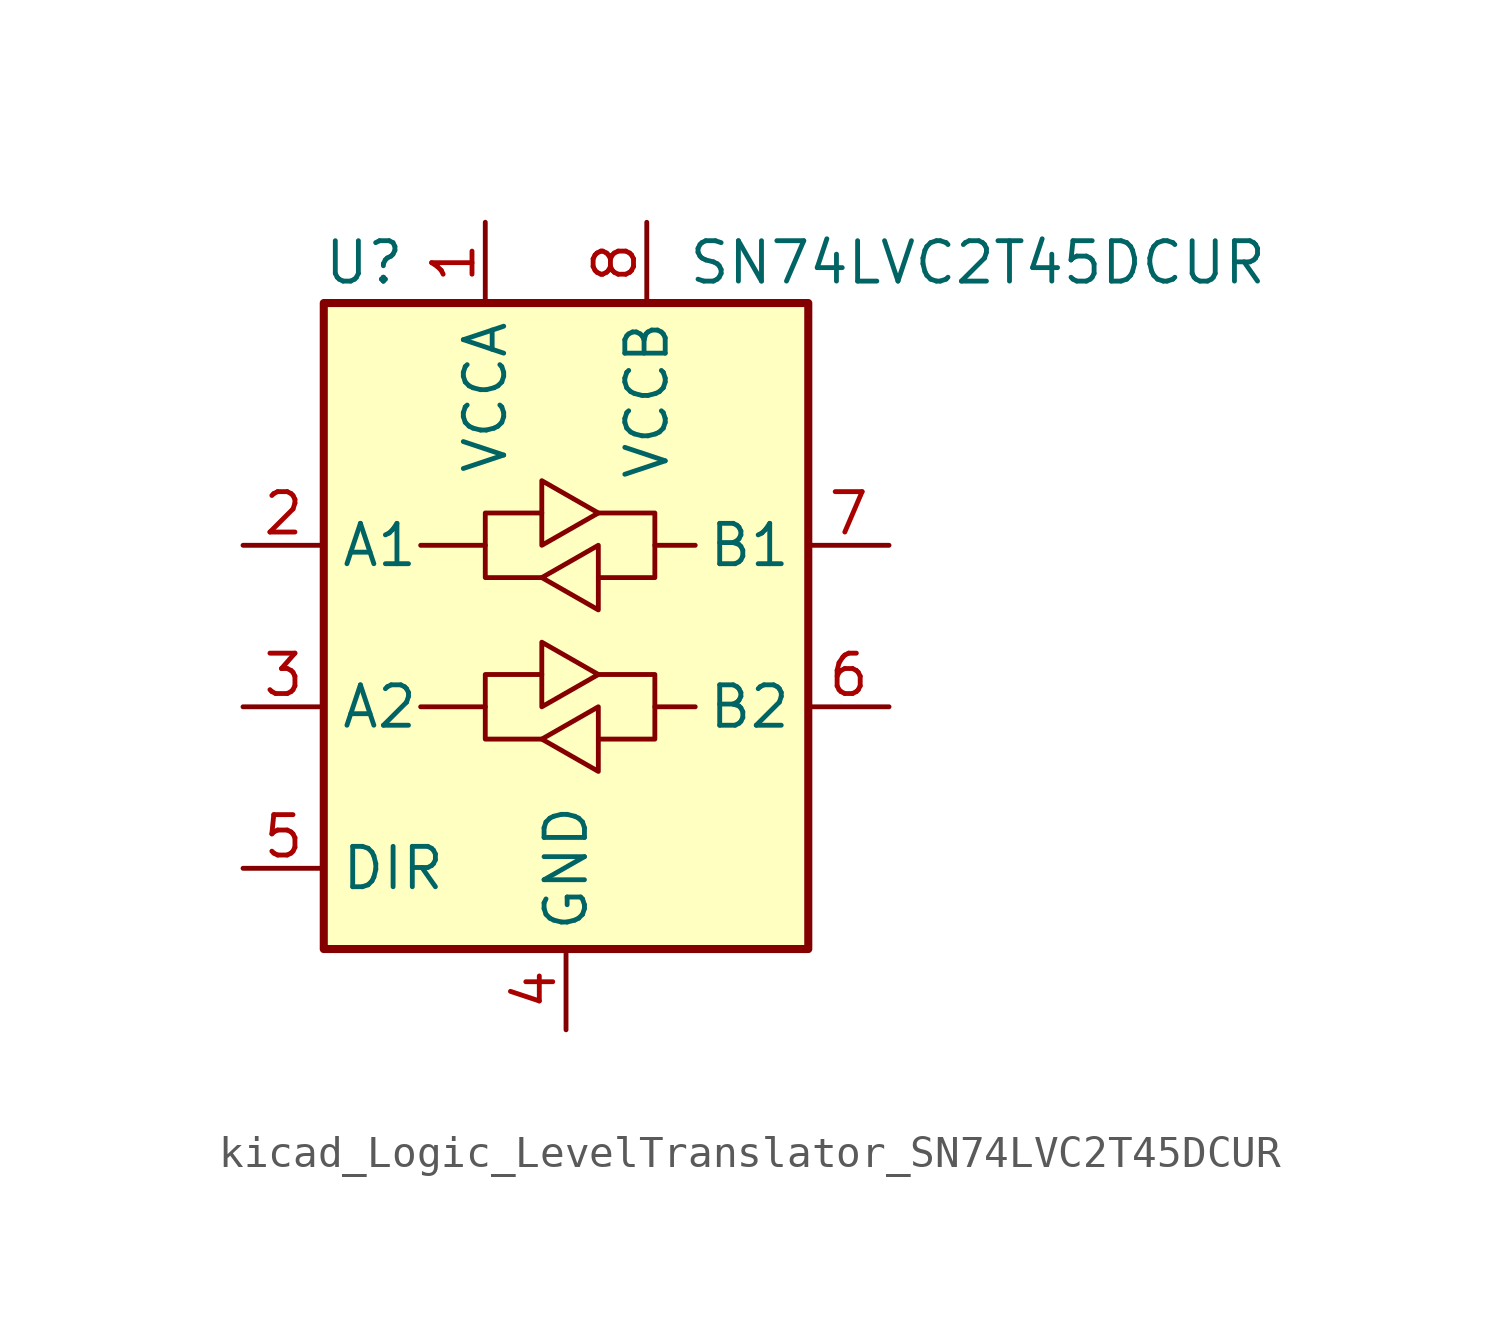
<source format=kicad_sym>
(kicad_symbol_lib
  (version 20220914)
  (generator kicad_symbol_editor)
  (symbol "kicad_Logic_LevelTranslator_SN74LVC2T45DCUR"
    (property "Reference" "U"
      (at -6.35 11.43 0)
      (effects (font (size 1.27 1.27))))
    (property "Value" "SN74LVC2T45DCUR"
      (at 3.81 11.43 0)
      (effects (font (size 1.27 1.27)) (justify left)))
    (symbol "kicad_Logic_LevelTranslator_SN74LVC2T45DCUR_0_1"
      (rectangle (start -7.62 10.16) (end 7.62 -10.16) (stroke (width 0.254) (type default)) (fill (type background)))
      (polyline (pts (xy -2.54 2.54) (xy -2.54 3.556) (xy -0.762 3.556)) (stroke (width 0) (type default)) (fill (type none)))
      (polyline (pts (xy 2.794 2.54) (xy 2.794 1.524) (xy 1.016 1.524)) (stroke (width 0) (type default)) (fill (type none)))
      (polyline (pts (xy -0.762 1.524) (xy -2.54 1.524) (xy -2.54 2.54) (xy -4.572 2.54)) (stroke (width 0) (type default)) (fill (type none)))
      (polyline (pts (xy -0.762 2.54) (xy -0.762 4.572) (xy 1.016 3.556) (xy -0.762 2.54)) (stroke (width 0) (type default)) (fill (type none)))
      (polyline (pts (xy 1.016 3.556) (xy 2.794 3.556) (xy 2.794 2.54) (xy 4.064 2.54)) (stroke (width 0) (type default)) (fill (type none)))
      (polyline (pts (xy 1.016 2.54) (xy 1.016 0.762) (xy 1.016 0.508) (xy -0.762 1.524) (xy 1.016 2.54)) (stroke (width 0) (type default)) (fill (type none))))
    (symbol "kicad_Logic_LevelTranslator_SN74LVC2T45DCUR_1_1"
      (polyline (pts (xy -2.54 -2.54) (xy -2.54 -1.524) (xy -0.762 -1.524)) (stroke (width 0) (type default)) (fill (type none)))
      (polyline (pts (xy 2.794 -2.54) (xy 2.794 -3.556) (xy 1.016 -3.556)) (stroke (width 0) (type default)) (fill (type none)))
      (polyline (pts (xy -0.762 -3.556) (xy -2.54 -3.556) (xy -2.54 -2.54) (xy -4.572 -2.54)) (stroke (width 0) (type default)) (fill (type none)))
      (polyline (pts (xy -0.762 -2.54) (xy -0.762 -0.508) (xy 1.016 -1.524) (xy -0.762 -2.54)) (stroke (width 0) (type default)) (fill (type none)))
      (polyline (pts (xy 1.016 -1.524) (xy 2.794 -1.524) (xy 2.794 -2.54) (xy 4.064 -2.54)) (stroke (width 0) (type default)) (fill (type none)))
      (polyline (pts (xy 1.016 -2.54) (xy 1.016 -4.318) (xy 1.016 -4.572) (xy -0.762 -3.556) (xy 1.016 -2.54)) (stroke (width 0) (type default)) (fill (type none)))
      (pin power_in line (at -2.54 12.7 270) (length 2.54) (name "VCCA" (effects (font (size 1.27 1.27)))) (number "1" (effects (font (size 1.27 1.27)))))
      (pin bidirectional line (at -10.16 2.54 0) (length 2.54) (name "A1" (effects (font (size 1.27 1.27)))) (number "2" (effects (font (size 1.27 1.27)))))
      (pin bidirectional line (at -10.16 -2.54 0) (length 2.54) (name "A2" (effects (font (size 1.27 1.27)))) (number "3" (effects (font (size 1.27 1.27)))))
      (pin power_in line (at 0 -12.7 90) (length 2.54) (name "GND" (effects (font (size 1.27 1.27)))) (number "4" (effects (font (size 1.27 1.27)))))
      (pin input line (at -10.16 -7.62 0) (length 2.54) (name "DIR" (effects (font (size 1.27 1.27)))) (number "5" (effects (font (size 1.27 1.27)))))
      (pin bidirectional line (at 10.16 -2.54 180) (length 2.54) (name "B2" (effects (font (size 1.27 1.27)))) (number "6" (effects (font (size 1.27 1.27)))))
      (pin bidirectional line (at 10.16 2.54 180) (length 2.54) (name "B1" (effects (font (size 1.27 1.27)))) (number "7" (effects (font (size 1.27 1.27)))))
      (pin power_in line (at 2.54 12.7 270) (length 2.54) (name "VCCB" (effects (font (size 1.27 1.27)))) (number "8" (effects (font (size 1.27 1.27))))))))
</source>
